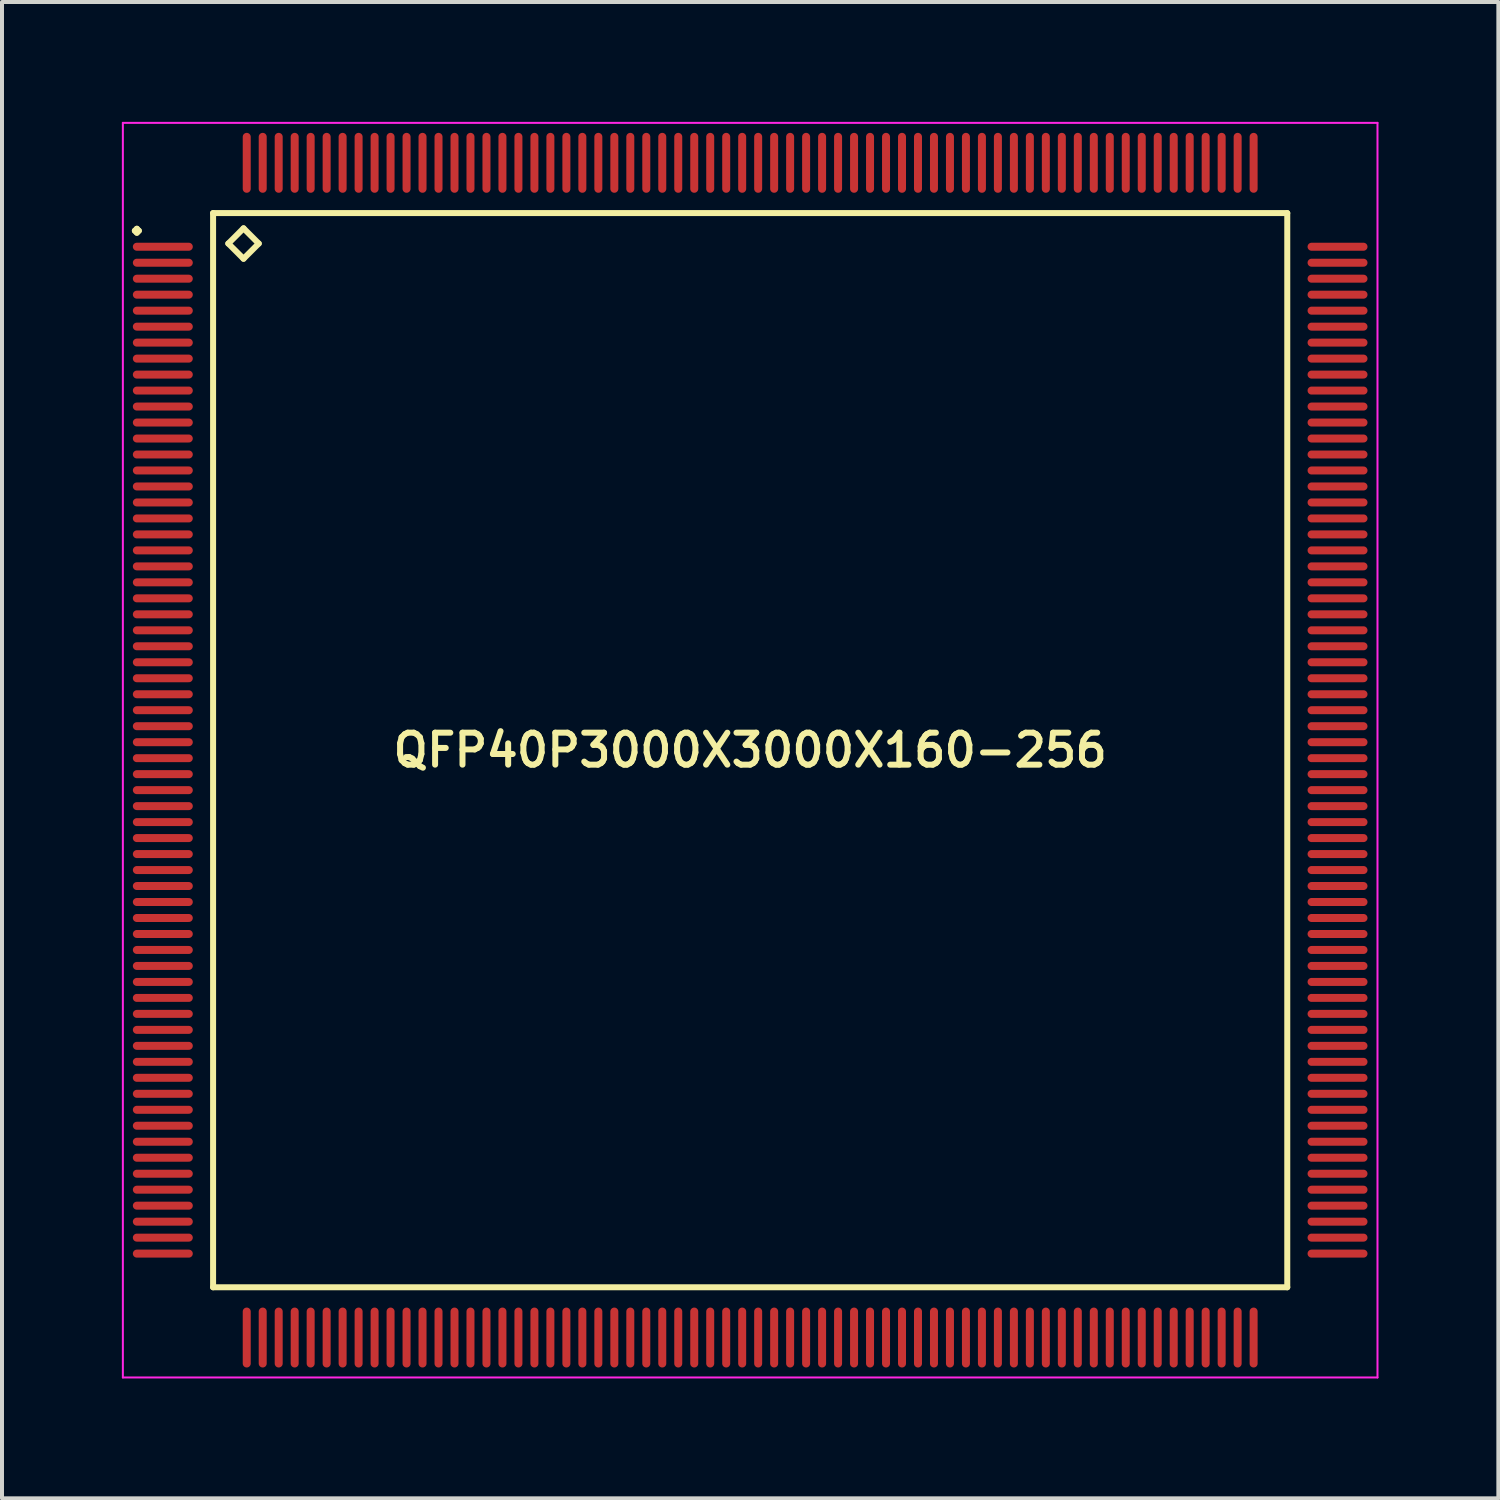
<source format=kicad_pcb>
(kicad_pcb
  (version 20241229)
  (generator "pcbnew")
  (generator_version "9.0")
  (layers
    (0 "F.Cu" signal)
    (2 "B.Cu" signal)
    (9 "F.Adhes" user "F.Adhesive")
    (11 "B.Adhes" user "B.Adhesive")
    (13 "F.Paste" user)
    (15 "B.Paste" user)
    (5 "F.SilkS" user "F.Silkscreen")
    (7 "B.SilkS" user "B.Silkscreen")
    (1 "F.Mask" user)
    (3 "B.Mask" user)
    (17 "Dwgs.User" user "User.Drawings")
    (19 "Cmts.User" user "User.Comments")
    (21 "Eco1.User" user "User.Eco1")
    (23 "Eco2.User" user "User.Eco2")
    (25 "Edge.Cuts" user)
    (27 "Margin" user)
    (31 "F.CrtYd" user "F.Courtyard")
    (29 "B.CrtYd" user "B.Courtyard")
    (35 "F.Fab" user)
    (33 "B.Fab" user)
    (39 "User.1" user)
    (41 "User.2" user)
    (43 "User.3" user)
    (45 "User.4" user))
  (footprint "QFP40P3000X3000X160-256"
    (layer "F.Cu")
    (at 15.725 15.725)
    (property "Reference" "QFP40P3000X3000X160-256" (at 0 0 0) (layer "F.SilkS") (effects (font (size 0.8 0.8) (thickness 0.15))))
    (attr smd)
    (fp_line (start -15.4 -13) (end -15.35 -13.05) (stroke (width 0.15) (type solid)) (layer "F.SilkS"))
    (fp_line (start -15.35 -13.05) (end -15.3 -13) (stroke (width 0.15) (type solid)) (layer "F.SilkS"))
    (fp_line (start -15.35 -12.95) (end -15.4 -13) (stroke (width 0.15) (type solid)) (layer "F.SilkS"))
    (fp_line (start -15.3 -13) (end -15.35 -12.95) (stroke (width 0.15) (type solid)) (layer "F.SilkS"))
    (fp_line (start -13.442 -13.442) (end -13.442 13.442) (stroke (width 0.15) (type solid)) (layer "F.SilkS"))
    (fp_line (start -13.442 13.442) (end 13.442 13.442) (stroke (width 0.15) (type solid)) (layer "F.SilkS"))
    (fp_line (start -13.061 -12.68) (end -12.68 -13.061) (stroke (width 0.15) (type solid)) (layer "F.SilkS"))
    (fp_line (start -12.68 -13.061) (end -12.299 -12.68) (stroke (width 0.15) (type solid)) (layer "F.SilkS"))
    (fp_line (start -12.68 -12.299) (end -13.061 -12.68) (stroke (width 0.15) (type solid)) (layer "F.SilkS"))
    (fp_line (start -12.299 -12.68) (end -12.68 -12.299) (stroke (width 0.15) (type solid)) (layer "F.SilkS"))
    (fp_line (start 13.442 -13.442) (end -13.442 -13.442) (stroke (width 0.15) (type solid)) (layer "F.SilkS"))
    (fp_line (start 13.442 13.442) (end 13.442 -13.442) (stroke (width 0.15) (type solid)) (layer "F.SilkS"))
    (fp_line (start -15.7 -15.7) (end 15.7 -15.7) (stroke (width 0.05) (type solid)) (layer "F.CrtYd"))
    (fp_line (start -15.7 15.7) (end -15.7 -15.7) (stroke (width 0.05) (type solid)) (layer "F.CrtYd"))
    (fp_line (start 15.7 -15.7) (end 15.7 15.7) (stroke (width 0.05) (type solid)) (layer "F.CrtYd"))
    (fp_line (start 15.7 15.7) (end -15.7 15.7) (stroke (width 0.05) (type solid)) (layer "F.CrtYd"))
    (pad "1" smd oval (at -14.7 -12.6) (size 1.5 0.2) (layers "F.Cu" "F.Mask" "F.Paste"))
    (pad "2" smd oval (at -14.7 -12.2) (size 1.5 0.2) (layers "F.Cu" "F.Mask" "F.Paste"))
    (pad "3" smd oval (at -14.7 -11.8) (size 1.5 0.2) (layers "F.Cu" "F.Mask" "F.Paste"))
    (pad "4" smd oval (at -14.7 -11.4) (size 1.5 0.2) (layers "F.Cu" "F.Mask" "F.Paste"))
    (pad "5" smd oval (at -14.7 -11) (size 1.5 0.2) (layers "F.Cu" "F.Mask" "F.Paste"))
    (pad "6" smd oval (at -14.7 -10.6) (size 1.5 0.2) (layers "F.Cu" "F.Mask" "F.Paste"))
    (pad "7" smd oval (at -14.7 -10.2) (size 1.5 0.2) (layers "F.Cu" "F.Mask" "F.Paste"))
    (pad "8" smd oval (at -14.7 -9.8) (size 1.5 0.2) (layers "F.Cu" "F.Mask" "F.Paste"))
    (pad "9" smd oval (at -14.7 -9.4) (size 1.5 0.2) (layers "F.Cu" "F.Mask" "F.Paste"))
    (pad "10" smd oval (at -14.7 -9) (size 1.5 0.2) (layers "F.Cu" "F.Mask" "F.Paste"))
    (pad "11" smd oval (at -14.7 -8.6) (size 1.5 0.2) (layers "F.Cu" "F.Mask" "F.Paste"))
    (pad "12" smd oval (at -14.7 -8.2) (size 1.5 0.2) (layers "F.Cu" "F.Mask" "F.Paste"))
    (pad "13" smd oval (at -14.7 -7.8) (size 1.5 0.2) (layers "F.Cu" "F.Mask" "F.Paste"))
    (pad "14" smd oval (at -14.7 -7.4) (size 1.5 0.2) (layers "F.Cu" "F.Mask" "F.Paste"))
    (pad "15" smd oval (at -14.7 -7) (size 1.5 0.2) (layers "F.Cu" "F.Mask" "F.Paste"))
    (pad "16" smd oval (at -14.7 -6.6) (size 1.5 0.2) (layers "F.Cu" "F.Mask" "F.Paste"))
    (pad "17" smd oval (at -14.7 -6.2) (size 1.5 0.2) (layers "F.Cu" "F.Mask" "F.Paste"))
    (pad "18" smd oval (at -14.7 -5.8) (size 1.5 0.2) (layers "F.Cu" "F.Mask" "F.Paste"))
    (pad "19" smd oval (at -14.7 -5.4) (size 1.5 0.2) (layers "F.Cu" "F.Mask" "F.Paste"))
    (pad "20" smd oval (at -14.7 -5) (size 1.5 0.2) (layers "F.Cu" "F.Mask" "F.Paste"))
    (pad "21" smd oval (at -14.7 -4.6) (size 1.5 0.2) (layers "F.Cu" "F.Mask" "F.Paste"))
    (pad "22" smd oval (at -14.7 -4.2) (size 1.5 0.2) (layers "F.Cu" "F.Mask" "F.Paste"))
    (pad "23" smd oval (at -14.7 -3.8) (size 1.5 0.2) (layers "F.Cu" "F.Mask" "F.Paste"))
    (pad "24" smd oval (at -14.7 -3.4) (size 1.5 0.2) (layers "F.Cu" "F.Mask" "F.Paste"))
    (pad "25" smd oval (at -14.7 -3) (size 1.5 0.2) (layers "F.Cu" "F.Mask" "F.Paste"))
    (pad "26" smd oval (at -14.7 -2.6) (size 1.5 0.2) (layers "F.Cu" "F.Mask" "F.Paste"))
    (pad "27" smd oval (at -14.7 -2.2) (size 1.5 0.2) (layers "F.Cu" "F.Mask" "F.Paste"))
    (pad "28" smd oval (at -14.7 -1.8) (size 1.5 0.2) (layers "F.Cu" "F.Mask" "F.Paste"))
    (pad "29" smd oval (at -14.7 -1.4) (size 1.5 0.2) (layers "F.Cu" "F.Mask" "F.Paste"))
    (pad "30" smd oval (at -14.7 -1) (size 1.5 0.2) (layers "F.Cu" "F.Mask" "F.Paste"))
    (pad "31" smd oval (at -14.7 -0.6) (size 1.5 0.2) (layers "F.Cu" "F.Mask" "F.Paste"))
    (pad "32" smd oval (at -14.7 -0.2) (size 1.5 0.2) (layers "F.Cu" "F.Mask" "F.Paste"))
    (pad "33" smd oval (at -14.7 0.2) (size 1.5 0.2) (layers "F.Cu" "F.Mask" "F.Paste"))
    (pad "34" smd oval (at -14.7 0.6) (size 1.5 0.2) (layers "F.Cu" "F.Mask" "F.Paste"))
    (pad "35" smd oval (at -14.7 1) (size 1.5 0.2) (layers "F.Cu" "F.Mask" "F.Paste"))
    (pad "36" smd oval (at -14.7 1.4) (size 1.5 0.2) (layers "F.Cu" "F.Mask" "F.Paste"))
    (pad "37" smd oval (at -14.7 1.8) (size 1.5 0.2) (layers "F.Cu" "F.Mask" "F.Paste"))
    (pad "38" smd oval (at -14.7 2.2) (size 1.5 0.2) (layers "F.Cu" "F.Mask" "F.Paste"))
    (pad "39" smd oval (at -14.7 2.6) (size 1.5 0.2) (layers "F.Cu" "F.Mask" "F.Paste"))
    (pad "40" smd oval (at -14.7 3) (size 1.5 0.2) (layers "F.Cu" "F.Mask" "F.Paste"))
    (pad "41" smd oval (at -14.7 3.4) (size 1.5 0.2) (layers "F.Cu" "F.Mask" "F.Paste"))
    (pad "42" smd oval (at -14.7 3.8) (size 1.5 0.2) (layers "F.Cu" "F.Mask" "F.Paste"))
    (pad "43" smd oval (at -14.7 4.2) (size 1.5 0.2) (layers "F.Cu" "F.Mask" "F.Paste"))
    (pad "44" smd oval (at -14.7 4.6) (size 1.5 0.2) (layers "F.Cu" "F.Mask" "F.Paste"))
    (pad "45" smd oval (at -14.7 5) (size 1.5 0.2) (layers "F.Cu" "F.Mask" "F.Paste"))
    (pad "46" smd oval (at -14.7 5.4) (size 1.5 0.2) (layers "F.Cu" "F.Mask" "F.Paste"))
    (pad "47" smd oval (at -14.7 5.8) (size 1.5 0.2) (layers "F.Cu" "F.Mask" "F.Paste"))
    (pad "48" smd oval (at -14.7 6.2) (size 1.5 0.2) (layers "F.Cu" "F.Mask" "F.Paste"))
    (pad "49" smd oval (at -14.7 6.6) (size 1.5 0.2) (layers "F.Cu" "F.Mask" "F.Paste"))
    (pad "50" smd oval (at -14.7 7) (size 1.5 0.2) (layers "F.Cu" "F.Mask" "F.Paste"))
    (pad "51" smd oval (at -14.7 7.4) (size 1.5 0.2) (layers "F.Cu" "F.Mask" "F.Paste"))
    (pad "52" smd oval (at -14.7 7.8) (size 1.5 0.2) (layers "F.Cu" "F.Mask" "F.Paste"))
    (pad "53" smd oval (at -14.7 8.2) (size 1.5 0.2) (layers "F.Cu" "F.Mask" "F.Paste"))
    (pad "54" smd oval (at -14.7 8.6) (size 1.5 0.2) (layers "F.Cu" "F.Mask" "F.Paste"))
    (pad "55" smd oval (at -14.7 9) (size 1.5 0.2) (layers "F.Cu" "F.Mask" "F.Paste"))
    (pad "56" smd oval (at -14.7 9.4) (size 1.5 0.2) (layers "F.Cu" "F.Mask" "F.Paste"))
    (pad "57" smd oval (at -14.7 9.8) (size 1.5 0.2) (layers "F.Cu" "F.Mask" "F.Paste"))
    (pad "58" smd oval (at -14.7 10.2) (size 1.5 0.2) (layers "F.Cu" "F.Mask" "F.Paste"))
    (pad "59" smd oval (at -14.7 10.6) (size 1.5 0.2) (layers "F.Cu" "F.Mask" "F.Paste"))
    (pad "60" smd oval (at -14.7 11) (size 1.5 0.2) (layers "F.Cu" "F.Mask" "F.Paste"))
    (pad "61" smd oval (at -14.7 11.4) (size 1.5 0.2) (layers "F.Cu" "F.Mask" "F.Paste"))
    (pad "62" smd oval (at -14.7 11.8) (size 1.5 0.2) (layers "F.Cu" "F.Mask" "F.Paste"))
    (pad "63" smd oval (at -14.7 12.2) (size 1.5 0.2) (layers "F.Cu" "F.Mask" "F.Paste"))
    (pad "64" smd oval (at -14.7 12.6) (size 1.5 0.2) (layers "F.Cu" "F.Mask" "F.Paste"))
    (pad "65" smd oval (at -12.6 14.7) (size 0.2 1.5) (layers "F.Cu" "F.Mask" "F.Paste"))
    (pad "66" smd oval (at -12.2 14.7) (size 0.2 1.5) (layers "F.Cu" "F.Mask" "F.Paste"))
    (pad "67" smd oval (at -11.8 14.7) (size 0.2 1.5) (layers "F.Cu" "F.Mask" "F.Paste"))
    (pad "68" smd oval (at -11.4 14.7) (size 0.2 1.5) (layers "F.Cu" "F.Mask" "F.Paste"))
    (pad "69" smd oval (at -11 14.7) (size 0.2 1.5) (layers "F.Cu" "F.Mask" "F.Paste"))
    (pad "70" smd oval (at -10.6 14.7) (size 0.2 1.5) (layers "F.Cu" "F.Mask" "F.Paste"))
    (pad "71" smd oval (at -10.2 14.7) (size 0.2 1.5) (layers "F.Cu" "F.Mask" "F.Paste"))
    (pad "72" smd oval (at -9.8 14.7) (size 0.2 1.5) (layers "F.Cu" "F.Mask" "F.Paste"))
    (pad "73" smd oval (at -9.4 14.7) (size 0.2 1.5) (layers "F.Cu" "F.Mask" "F.Paste"))
    (pad "74" smd oval (at -9 14.7) (size 0.2 1.5) (layers "F.Cu" "F.Mask" "F.Paste"))
    (pad "75" smd oval (at -8.6 14.7) (size 0.2 1.5) (layers "F.Cu" "F.Mask" "F.Paste"))
    (pad "76" smd oval (at -8.2 14.7) (size 0.2 1.5) (layers "F.Cu" "F.Mask" "F.Paste"))
    (pad "77" smd oval (at -7.8 14.7) (size 0.2 1.5) (layers "F.Cu" "F.Mask" "F.Paste"))
    (pad "78" smd oval (at -7.4 14.7) (size 0.2 1.5) (layers "F.Cu" "F.Mask" "F.Paste"))
    (pad "79" smd oval (at -7 14.7) (size 0.2 1.5) (layers "F.Cu" "F.Mask" "F.Paste"))
    (pad "80" smd oval (at -6.6 14.7) (size 0.2 1.5) (layers "F.Cu" "F.Mask" "F.Paste"))
    (pad "81" smd oval (at -6.2 14.7) (size 0.2 1.5) (layers "F.Cu" "F.Mask" "F.Paste"))
    (pad "82" smd oval (at -5.8 14.7) (size 0.2 1.5) (layers "F.Cu" "F.Mask" "F.Paste"))
    (pad "83" smd oval (at -5.4 14.7) (size 0.2 1.5) (layers "F.Cu" "F.Mask" "F.Paste"))
    (pad "84" smd oval (at -5 14.7) (size 0.2 1.5) (layers "F.Cu" "F.Mask" "F.Paste"))
    (pad "85" smd oval (at -4.6 14.7) (size 0.2 1.5) (layers "F.Cu" "F.Mask" "F.Paste"))
    (pad "86" smd oval (at -4.2 14.7) (size 0.2 1.5) (layers "F.Cu" "F.Mask" "F.Paste"))
    (pad "87" smd oval (at -3.8 14.7) (size 0.2 1.5) (layers "F.Cu" "F.Mask" "F.Paste"))
    (pad "88" smd oval (at -3.4 14.7) (size 0.2 1.5) (layers "F.Cu" "F.Mask" "F.Paste"))
    (pad "89" smd oval (at -3 14.7) (size 0.2 1.5) (layers "F.Cu" "F.Mask" "F.Paste"))
    (pad "90" smd oval (at -2.6 14.7) (size 0.2 1.5) (layers "F.Cu" "F.Mask" "F.Paste"))
    (pad "91" smd oval (at -2.2 14.7) (size 0.2 1.5) (layers "F.Cu" "F.Mask" "F.Paste"))
    (pad "92" smd oval (at -1.8 14.7) (size 0.2 1.5) (layers "F.Cu" "F.Mask" "F.Paste"))
    (pad "93" smd oval (at -1.4 14.7) (size 0.2 1.5) (layers "F.Cu" "F.Mask" "F.Paste"))
    (pad "94" smd oval (at -1 14.7) (size 0.2 1.5) (layers "F.Cu" "F.Mask" "F.Paste"))
    (pad "95" smd oval (at -0.6 14.7) (size 0.2 1.5) (layers "F.Cu" "F.Mask" "F.Paste"))
    (pad "96" smd oval (at -0.2 14.7) (size 0.2 1.5) (layers "F.Cu" "F.Mask" "F.Paste"))
    (pad "97" smd oval (at 0.2 14.7) (size 0.2 1.5) (layers "F.Cu" "F.Mask" "F.Paste"))
    (pad "98" smd oval (at 0.6 14.7) (size 0.2 1.5) (layers "F.Cu" "F.Mask" "F.Paste"))
    (pad "99" smd oval (at 1 14.7) (size 0.2 1.5) (layers "F.Cu" "F.Mask" "F.Paste"))
    (pad "100" smd oval (at 1.4 14.7) (size 0.2 1.5) (layers "F.Cu" "F.Mask" "F.Paste"))
    (pad "101" smd oval (at 1.8 14.7) (size 0.2 1.5) (layers "F.Cu" "F.Mask" "F.Paste"))
    (pad "102" smd oval (at 2.2 14.7) (size 0.2 1.5) (layers "F.Cu" "F.Mask" "F.Paste"))
    (pad "103" smd oval (at 2.6 14.7) (size 0.2 1.5) (layers "F.Cu" "F.Mask" "F.Paste"))
    (pad "104" smd oval (at 3 14.7) (size 0.2 1.5) (layers "F.Cu" "F.Mask" "F.Paste"))
    (pad "105" smd oval (at 3.4 14.7) (size 0.2 1.5) (layers "F.Cu" "F.Mask" "F.Paste"))
    (pad "106" smd oval (at 3.8 14.7) (size 0.2 1.5) (layers "F.Cu" "F.Mask" "F.Paste"))
    (pad "107" smd oval (at 4.2 14.7) (size 0.2 1.5) (layers "F.Cu" "F.Mask" "F.Paste"))
    (pad "108" smd oval (at 4.6 14.7) (size 0.2 1.5) (layers "F.Cu" "F.Mask" "F.Paste"))
    (pad "109" smd oval (at 5 14.7) (size 0.2 1.5) (layers "F.Cu" "F.Mask" "F.Paste"))
    (pad "110" smd oval (at 5.4 14.7) (size 0.2 1.5) (layers "F.Cu" "F.Mask" "F.Paste"))
    (pad "111" smd oval (at 5.8 14.7) (size 0.2 1.5) (layers "F.Cu" "F.Mask" "F.Paste"))
    (pad "112" smd oval (at 6.2 14.7) (size 0.2 1.5) (layers "F.Cu" "F.Mask" "F.Paste"))
    (pad "113" smd oval (at 6.6 14.7) (size 0.2 1.5) (layers "F.Cu" "F.Mask" "F.Paste"))
    (pad "114" smd oval (at 7 14.7) (size 0.2 1.5) (layers "F.Cu" "F.Mask" "F.Paste"))
    (pad "115" smd oval (at 7.4 14.7) (size 0.2 1.5) (layers "F.Cu" "F.Mask" "F.Paste"))
    (pad "116" smd oval (at 7.8 14.7) (size 0.2 1.5) (layers "F.Cu" "F.Mask" "F.Paste"))
    (pad "117" smd oval (at 8.2 14.7) (size 0.2 1.5) (layers "F.Cu" "F.Mask" "F.Paste"))
    (pad "118" smd oval (at 8.6 14.7) (size 0.2 1.5) (layers "F.Cu" "F.Mask" "F.Paste"))
    (pad "119" smd oval (at 9 14.7) (size 0.2 1.5) (layers "F.Cu" "F.Mask" "F.Paste"))
    (pad "120" smd oval (at 9.4 14.7) (size 0.2 1.5) (layers "F.Cu" "F.Mask" "F.Paste"))
    (pad "121" smd oval (at 9.8 14.7) (size 0.2 1.5) (layers "F.Cu" "F.Mask" "F.Paste"))
    (pad "122" smd oval (at 10.2 14.7) (size 0.2 1.5) (layers "F.Cu" "F.Mask" "F.Paste"))
    (pad "123" smd oval (at 10.6 14.7) (size 0.2 1.5) (layers "F.Cu" "F.Mask" "F.Paste"))
    (pad "124" smd oval (at 11 14.7) (size 0.2 1.5) (layers "F.Cu" "F.Mask" "F.Paste"))
    (pad "125" smd oval (at 11.4 14.7) (size 0.2 1.5) (layers "F.Cu" "F.Mask" "F.Paste"))
    (pad "126" smd oval (at 11.8 14.7) (size 0.2 1.5) (layers "F.Cu" "F.Mask" "F.Paste"))
    (pad "127" smd oval (at 12.2 14.7) (size 0.2 1.5) (layers "F.Cu" "F.Mask" "F.Paste"))
    (pad "128" smd oval (at 12.6 14.7) (size 0.2 1.5) (layers "F.Cu" "F.Mask" "F.Paste"))
    (pad "129" smd oval (at 14.7 12.6) (size 1.5 0.2) (layers "F.Cu" "F.Mask" "F.Paste"))
    (pad "130" smd oval (at 14.7 12.2) (size 1.5 0.2) (layers "F.Cu" "F.Mask" "F.Paste"))
    (pad "131" smd oval (at 14.7 11.8) (size 1.5 0.2) (layers "F.Cu" "F.Mask" "F.Paste"))
    (pad "132" smd oval (at 14.7 11.4) (size 1.5 0.2) (layers "F.Cu" "F.Mask" "F.Paste"))
    (pad "133" smd oval (at 14.7 11) (size 1.5 0.2) (layers "F.Cu" "F.Mask" "F.Paste"))
    (pad "134" smd oval (at 14.7 10.6) (size 1.5 0.2) (layers "F.Cu" "F.Mask" "F.Paste"))
    (pad "135" smd oval (at 14.7 10.2) (size 1.5 0.2) (layers "F.Cu" "F.Mask" "F.Paste"))
    (pad "136" smd oval (at 14.7 9.8) (size 1.5 0.2) (layers "F.Cu" "F.Mask" "F.Paste"))
    (pad "137" smd oval (at 14.7 9.4) (size 1.5 0.2) (layers "F.Cu" "F.Mask" "F.Paste"))
    (pad "138" smd oval (at 14.7 9) (size 1.5 0.2) (layers "F.Cu" "F.Mask" "F.Paste"))
    (pad "139" smd oval (at 14.7 8.6) (size 1.5 0.2) (layers "F.Cu" "F.Mask" "F.Paste"))
    (pad "140" smd oval (at 14.7 8.2) (size 1.5 0.2) (layers "F.Cu" "F.Mask" "F.Paste"))
    (pad "141" smd oval (at 14.7 7.8) (size 1.5 0.2) (layers "F.Cu" "F.Mask" "F.Paste"))
    (pad "142" smd oval (at 14.7 7.4) (size 1.5 0.2) (layers "F.Cu" "F.Mask" "F.Paste"))
    (pad "143" smd oval (at 14.7 7) (size 1.5 0.2) (layers "F.Cu" "F.Mask" "F.Paste"))
    (pad "144" smd oval (at 14.7 6.6) (size 1.5 0.2) (layers "F.Cu" "F.Mask" "F.Paste"))
    (pad "145" smd oval (at 14.7 6.2) (size 1.5 0.2) (layers "F.Cu" "F.Mask" "F.Paste"))
    (pad "146" smd oval (at 14.7 5.8) (size 1.5 0.2) (layers "F.Cu" "F.Mask" "F.Paste"))
    (pad "147" smd oval (at 14.7 5.4) (size 1.5 0.2) (layers "F.Cu" "F.Mask" "F.Paste"))
    (pad "148" smd oval (at 14.7 5) (size 1.5 0.2) (layers "F.Cu" "F.Mask" "F.Paste"))
    (pad "149" smd oval (at 14.7 4.6) (size 1.5 0.2) (layers "F.Cu" "F.Mask" "F.Paste"))
    (pad "150" smd oval (at 14.7 4.2) (size 1.5 0.2) (layers "F.Cu" "F.Mask" "F.Paste"))
    (pad "151" smd oval (at 14.7 3.8) (size 1.5 0.2) (layers "F.Cu" "F.Mask" "F.Paste"))
    (pad "152" smd oval (at 14.7 3.4) (size 1.5 0.2) (layers "F.Cu" "F.Mask" "F.Paste"))
    (pad "153" smd oval (at 14.7 3) (size 1.5 0.2) (layers "F.Cu" "F.Mask" "F.Paste"))
    (pad "154" smd oval (at 14.7 2.6) (size 1.5 0.2) (layers "F.Cu" "F.Mask" "F.Paste"))
    (pad "155" smd oval (at 14.7 2.2) (size 1.5 0.2) (layers "F.Cu" "F.Mask" "F.Paste"))
    (pad "156" smd oval (at 14.7 1.8) (size 1.5 0.2) (layers "F.Cu" "F.Mask" "F.Paste"))
    (pad "157" smd oval (at 14.7 1.4) (size 1.5 0.2) (layers "F.Cu" "F.Mask" "F.Paste"))
    (pad "158" smd oval (at 14.7 1) (size 1.5 0.2) (layers "F.Cu" "F.Mask" "F.Paste"))
    (pad "159" smd oval (at 14.7 0.6) (size 1.5 0.2) (layers "F.Cu" "F.Mask" "F.Paste"))
    (pad "160" smd oval (at 14.7 0.2) (size 1.5 0.2) (layers "F.Cu" "F.Mask" "F.Paste"))
    (pad "161" smd oval (at 14.7 -0.2) (size 1.5 0.2) (layers "F.Cu" "F.Mask" "F.Paste"))
    (pad "162" smd oval (at 14.7 -0.6) (size 1.5 0.2) (layers "F.Cu" "F.Mask" "F.Paste"))
    (pad "163" smd oval (at 14.7 -1) (size 1.5 0.2) (layers "F.Cu" "F.Mask" "F.Paste"))
    (pad "164" smd oval (at 14.7 -1.4) (size 1.5 0.2) (layers "F.Cu" "F.Mask" "F.Paste"))
    (pad "165" smd oval (at 14.7 -1.8) (size 1.5 0.2) (layers "F.Cu" "F.Mask" "F.Paste"))
    (pad "166" smd oval (at 14.7 -2.2) (size 1.5 0.2) (layers "F.Cu" "F.Mask" "F.Paste"))
    (pad "167" smd oval (at 14.7 -2.6) (size 1.5 0.2) (layers "F.Cu" "F.Mask" "F.Paste"))
    (pad "168" smd oval (at 14.7 -3) (size 1.5 0.2) (layers "F.Cu" "F.Mask" "F.Paste"))
    (pad "169" smd oval (at 14.7 -3.4) (size 1.5 0.2) (layers "F.Cu" "F.Mask" "F.Paste"))
    (pad "170" smd oval (at 14.7 -3.8) (size 1.5 0.2) (layers "F.Cu" "F.Mask" "F.Paste"))
    (pad "171" smd oval (at 14.7 -4.2) (size 1.5 0.2) (layers "F.Cu" "F.Mask" "F.Paste"))
    (pad "172" smd oval (at 14.7 -4.6) (size 1.5 0.2) (layers "F.Cu" "F.Mask" "F.Paste"))
    (pad "173" smd oval (at 14.7 -5) (size 1.5 0.2) (layers "F.Cu" "F.Mask" "F.Paste"))
    (pad "174" smd oval (at 14.7 -5.4) (size 1.5 0.2) (layers "F.Cu" "F.Mask" "F.Paste"))
    (pad "175" smd oval (at 14.7 -5.8) (size 1.5 0.2) (layers "F.Cu" "F.Mask" "F.Paste"))
    (pad "176" smd oval (at 14.7 -6.2) (size 1.5 0.2) (layers "F.Cu" "F.Mask" "F.Paste"))
    (pad "177" smd oval (at 14.7 -6.6) (size 1.5 0.2) (layers "F.Cu" "F.Mask" "F.Paste"))
    (pad "178" smd oval (at 14.7 -7) (size 1.5 0.2) (layers "F.Cu" "F.Mask" "F.Paste"))
    (pad "179" smd oval (at 14.7 -7.4) (size 1.5 0.2) (layers "F.Cu" "F.Mask" "F.Paste"))
    (pad "180" smd oval (at 14.7 -7.8) (size 1.5 0.2) (layers "F.Cu" "F.Mask" "F.Paste"))
    (pad "181" smd oval (at 14.7 -8.2) (size 1.5 0.2) (layers "F.Cu" "F.Mask" "F.Paste"))
    (pad "182" smd oval (at 14.7 -8.6) (size 1.5 0.2) (layers "F.Cu" "F.Mask" "F.Paste"))
    (pad "183" smd oval (at 14.7 -9) (size 1.5 0.2) (layers "F.Cu" "F.Mask" "F.Paste"))
    (pad "184" smd oval (at 14.7 -9.4) (size 1.5 0.2) (layers "F.Cu" "F.Mask" "F.Paste"))
    (pad "185" smd oval (at 14.7 -9.8) (size 1.5 0.2) (layers "F.Cu" "F.Mask" "F.Paste"))
    (pad "186" smd oval (at 14.7 -10.2) (size 1.5 0.2) (layers "F.Cu" "F.Mask" "F.Paste"))
    (pad "187" smd oval (at 14.7 -10.6) (size 1.5 0.2) (layers "F.Cu" "F.Mask" "F.Paste"))
    (pad "188" smd oval (at 14.7 -11) (size 1.5 0.2) (layers "F.Cu" "F.Mask" "F.Paste"))
    (pad "189" smd oval (at 14.7 -11.4) (size 1.5 0.2) (layers "F.Cu" "F.Mask" "F.Paste"))
    (pad "190" smd oval (at 14.7 -11.8) (size 1.5 0.2) (layers "F.Cu" "F.Mask" "F.Paste"))
    (pad "191" smd oval (at 14.7 -12.2) (size 1.5 0.2) (layers "F.Cu" "F.Mask" "F.Paste"))
    (pad "192" smd oval (at 14.7 -12.6) (size 1.5 0.2) (layers "F.Cu" "F.Mask" "F.Paste"))
    (pad "193" smd oval (at 12.6 -14.7) (size 0.2 1.5) (layers "F.Cu" "F.Mask" "F.Paste"))
    (pad "194" smd oval (at 12.2 -14.7) (size 0.2 1.5) (layers "F.Cu" "F.Mask" "F.Paste"))
    (pad "195" smd oval (at 11.8 -14.7) (size 0.2 1.5) (layers "F.Cu" "F.Mask" "F.Paste"))
    (pad "196" smd oval (at 11.4 -14.7) (size 0.2 1.5) (layers "F.Cu" "F.Mask" "F.Paste"))
    (pad "197" smd oval (at 11 -14.7) (size 0.2 1.5) (layers "F.Cu" "F.Mask" "F.Paste"))
    (pad "198" smd oval (at 10.6 -14.7) (size 0.2 1.5) (layers "F.Cu" "F.Mask" "F.Paste"))
    (pad "199" smd oval (at 10.2 -14.7) (size 0.2 1.5) (layers "F.Cu" "F.Mask" "F.Paste"))
    (pad "200" smd oval (at 9.8 -14.7) (size 0.2 1.5) (layers "F.Cu" "F.Mask" "F.Paste"))
    (pad "201" smd oval (at 9.4 -14.7) (size 0.2 1.5) (layers "F.Cu" "F.Mask" "F.Paste"))
    (pad "202" smd oval (at 9 -14.7) (size 0.2 1.5) (layers "F.Cu" "F.Mask" "F.Paste"))
    (pad "203" smd oval (at 8.6 -14.7) (size 0.2 1.5) (layers "F.Cu" "F.Mask" "F.Paste"))
    (pad "204" smd oval (at 8.2 -14.7) (size 0.2 1.5) (layers "F.Cu" "F.Mask" "F.Paste"))
    (pad "205" smd oval (at 7.8 -14.7) (size 0.2 1.5) (layers "F.Cu" "F.Mask" "F.Paste"))
    (pad "206" smd oval (at 7.4 -14.7) (size 0.2 1.5) (layers "F.Cu" "F.Mask" "F.Paste"))
    (pad "207" smd oval (at 7 -14.7) (size 0.2 1.5) (layers "F.Cu" "F.Mask" "F.Paste"))
    (pad "208" smd oval (at 6.6 -14.7) (size 0.2 1.5) (layers "F.Cu" "F.Mask" "F.Paste"))
    (pad "209" smd oval (at 6.2 -14.7) (size 0.2 1.5) (layers "F.Cu" "F.Mask" "F.Paste"))
    (pad "210" smd oval (at 5.8 -14.7) (size 0.2 1.5) (layers "F.Cu" "F.Mask" "F.Paste"))
    (pad "211" smd oval (at 5.4 -14.7) (size 0.2 1.5) (layers "F.Cu" "F.Mask" "F.Paste"))
    (pad "212" smd oval (at 5 -14.7) (size 0.2 1.5) (layers "F.Cu" "F.Mask" "F.Paste"))
    (pad "213" smd oval (at 4.6 -14.7) (size 0.2 1.5) (layers "F.Cu" "F.Mask" "F.Paste"))
    (pad "214" smd oval (at 4.2 -14.7) (size 0.2 1.5) (layers "F.Cu" "F.Mask" "F.Paste"))
    (pad "215" smd oval (at 3.8 -14.7) (size 0.2 1.5) (layers "F.Cu" "F.Mask" "F.Paste"))
    (pad "216" smd oval (at 3.4 -14.7) (size 0.2 1.5) (layers "F.Cu" "F.Mask" "F.Paste"))
    (pad "217" smd oval (at 3 -14.7) (size 0.2 1.5) (layers "F.Cu" "F.Mask" "F.Paste"))
    (pad "218" smd oval (at 2.6 -14.7) (size 0.2 1.5) (layers "F.Cu" "F.Mask" "F.Paste"))
    (pad "219" smd oval (at 2.2 -14.7) (size 0.2 1.5) (layers "F.Cu" "F.Mask" "F.Paste"))
    (pad "220" smd oval (at 1.8 -14.7) (size 0.2 1.5) (layers "F.Cu" "F.Mask" "F.Paste"))
    (pad "221" smd oval (at 1.4 -14.7) (size 0.2 1.5) (layers "F.Cu" "F.Mask" "F.Paste"))
    (pad "222" smd oval (at 1 -14.7) (size 0.2 1.5) (layers "F.Cu" "F.Mask" "F.Paste"))
    (pad "223" smd oval (at 0.6 -14.7) (size 0.2 1.5) (layers "F.Cu" "F.Mask" "F.Paste"))
    (pad "224" smd oval (at 0.2 -14.7) (size 0.2 1.5) (layers "F.Cu" "F.Mask" "F.Paste"))
    (pad "225" smd oval (at -0.2 -14.7) (size 0.2 1.5) (layers "F.Cu" "F.Mask" "F.Paste"))
    (pad "226" smd oval (at -0.6 -14.7) (size 0.2 1.5) (layers "F.Cu" "F.Mask" "F.Paste"))
    (pad "227" smd oval (at -1 -14.7) (size 0.2 1.5) (layers "F.Cu" "F.Mask" "F.Paste"))
    (pad "228" smd oval (at -1.4 -14.7) (size 0.2 1.5) (layers "F.Cu" "F.Mask" "F.Paste"))
    (pad "229" smd oval (at -1.8 -14.7) (size 0.2 1.5) (layers "F.Cu" "F.Mask" "F.Paste"))
    (pad "230" smd oval (at -2.2 -14.7) (size 0.2 1.5) (layers "F.Cu" "F.Mask" "F.Paste"))
    (pad "231" smd oval (at -2.6 -14.7) (size 0.2 1.5) (layers "F.Cu" "F.Mask" "F.Paste"))
    (pad "232" smd oval (at -3 -14.7) (size 0.2 1.5) (layers "F.Cu" "F.Mask" "F.Paste"))
    (pad "233" smd oval (at -3.4 -14.7) (size 0.2 1.5) (layers "F.Cu" "F.Mask" "F.Paste"))
    (pad "234" smd oval (at -3.8 -14.7) (size 0.2 1.5) (layers "F.Cu" "F.Mask" "F.Paste"))
    (pad "235" smd oval (at -4.2 -14.7) (size 0.2 1.5) (layers "F.Cu" "F.Mask" "F.Paste"))
    (pad "236" smd oval (at -4.6 -14.7) (size 0.2 1.5) (layers "F.Cu" "F.Mask" "F.Paste"))
    (pad "237" smd oval (at -5 -14.7) (size 0.2 1.5) (layers "F.Cu" "F.Mask" "F.Paste"))
    (pad "238" smd oval (at -5.4 -14.7) (size 0.2 1.5) (layers "F.Cu" "F.Mask" "F.Paste"))
    (pad "239" smd oval (at -5.8 -14.7) (size 0.2 1.5) (layers "F.Cu" "F.Mask" "F.Paste"))
    (pad "240" smd oval (at -6.2 -14.7) (size 0.2 1.5) (layers "F.Cu" "F.Mask" "F.Paste"))
    (pad "241" smd oval (at -6.6 -14.7) (size 0.2 1.5) (layers "F.Cu" "F.Mask" "F.Paste"))
    (pad "242" smd oval (at -7 -14.7) (size 0.2 1.5) (layers "F.Cu" "F.Mask" "F.Paste"))
    (pad "243" smd oval (at -7.4 -14.7) (size 0.2 1.5) (layers "F.Cu" "F.Mask" "F.Paste"))
    (pad "244" smd oval (at -7.8 -14.7) (size 0.2 1.5) (layers "F.Cu" "F.Mask" "F.Paste"))
    (pad "245" smd oval (at -8.2 -14.7) (size 0.2 1.5) (layers "F.Cu" "F.Mask" "F.Paste"))
    (pad "246" smd oval (at -8.6 -14.7) (size 0.2 1.5) (layers "F.Cu" "F.Mask" "F.Paste"))
    (pad "247" smd oval (at -9 -14.7) (size 0.2 1.5) (layers "F.Cu" "F.Mask" "F.Paste"))
    (pad "248" smd oval (at -9.4 -14.7) (size 0.2 1.5) (layers "F.Cu" "F.Mask" "F.Paste"))
    (pad "249" smd oval (at -9.8 -14.7) (size 0.2 1.5) (layers "F.Cu" "F.Mask" "F.Paste"))
    (pad "250" smd oval (at -10.2 -14.7) (size 0.2 1.5) (layers "F.Cu" "F.Mask" "F.Paste"))
    (pad "251" smd oval (at -10.6 -14.7) (size 0.2 1.5) (layers "F.Cu" "F.Mask" "F.Paste"))
    (pad "252" smd oval (at -11 -14.7) (size 0.2 1.5) (layers "F.Cu" "F.Mask" "F.Paste"))
    (pad "253" smd oval (at -11.4 -14.7) (size 0.2 1.5) (layers "F.Cu" "F.Mask" "F.Paste"))
    (pad "254" smd oval (at -11.8 -14.7) (size 0.2 1.5) (layers "F.Cu" "F.Mask" "F.Paste"))
    (pad "255" smd oval (at -12.2 -14.7) (size 0.2 1.5) (layers "F.Cu" "F.Mask" "F.Paste"))
    (pad "256" smd oval (at -12.6 -14.7) (size 0.2 1.5) (layers "F.Cu" "F.Mask" "F.Paste")))
  (gr_rect
    (start -3 -3)
    (end 34.45 34.45)
    (stroke (width 0.1) (type default))
    (fill no)
    (layer "Edge.Cuts")))
</source>
